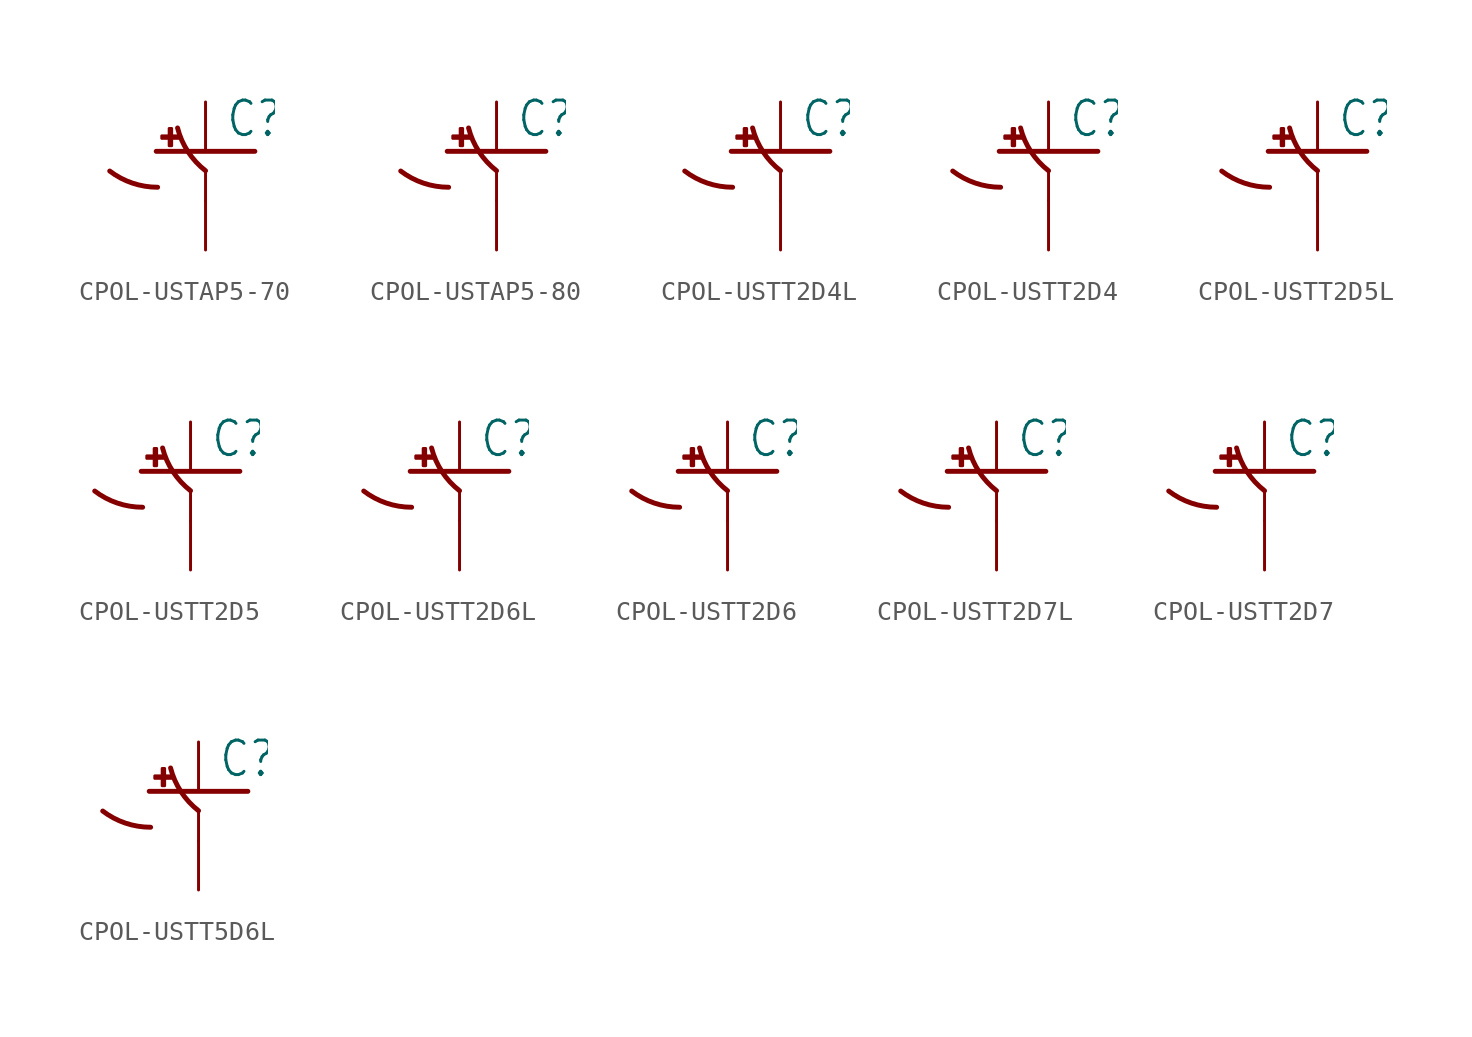
<source format=kicad_sym>
(kicad_symbol_lib
  (version 20241209)
  (generator "kicad_symbol_editor")
  (generator_version "9.0")
  (symbol "CPOL-USTAP5-70"
    (property "Reference" "C"
      (at 1.016 0.635 0)
      (effects (font (size 1.778 1.511)) (justify left bottom)))
    (property "Value" ""
      (at 1.016 -4.191 0)
      (effects (font (size 1.778 1.511)) (justify left bottom)))
    (property "ki_locked" ""
      (at 0 0 0)
      (effects (font (size 1.27 1.27))))
    (symbol "CPOL-USTAP5-70_1_0"
      (polyline (pts (xy -2.54 0) (xy 2.54 0)) (stroke (width 0.254) (type solid)) (fill (type none)))
      (arc (start -2.4669 -1.8504) (mid -3.7689 -1.6361) (end -4.9337 -1.0159) (stroke (width 0.254) (type solid)) (fill (type none)))
      (rectangle (start -2.253 0.668) (end -1.364 0.795) (stroke (width 0) (type default)) (fill (type outline)))
      (rectangle (start -1.872 0.287) (end -1.745 1.176) (stroke (width 0) (type default)) (fill (type outline)))
      (polyline (pts (xy 0 -1.016) (xy 0 -2.54)) (stroke (width 0.152) (type solid)) (fill (type none)))
      (arc (start 0 -1) (mid -0.9038 -0.0189) (end -1.4403 1.2025) (stroke (width 0.254) (type solid)) (fill (type none)))
      (pin passive line (at 0 2.54 270) (length 2.54) (name "+" (effects (font (size 0 0)))) (number "+" (effects (font (size 0 0)))))
      (pin passive line (at 0 -5.08 90) (length 2.54) (name "-" (effects (font (size 0 0)))) (number "-" (effects (font (size 0 0)))))))
  (symbol "CPOL-USTAP5-80"
    (property "Reference" "C"
      (at 1.016 0.635 0)
      (effects (font (size 1.778 1.511)) (justify left bottom)))
    (property "Value" ""
      (at 1.016 -4.191 0)
      (effects (font (size 1.778 1.511)) (justify left bottom)))
    (property "ki_locked" ""
      (at 0 0 0)
      (effects (font (size 1.27 1.27))))
    (symbol "CPOL-USTAP5-80_1_0"
      (polyline (pts (xy -2.54 0) (xy 2.54 0)) (stroke (width 0.254) (type solid)) (fill (type none)))
      (arc (start -2.4669 -1.8504) (mid -3.7689 -1.6361) (end -4.9337 -1.0159) (stroke (width 0.254) (type solid)) (fill (type none)))
      (rectangle (start -2.253 0.668) (end -1.364 0.795) (stroke (width 0) (type default)) (fill (type outline)))
      (rectangle (start -1.872 0.287) (end -1.745 1.176) (stroke (width 0) (type default)) (fill (type outline)))
      (polyline (pts (xy 0 -1.016) (xy 0 -2.54)) (stroke (width 0.152) (type solid)) (fill (type none)))
      (arc (start 0 -1) (mid -0.9038 -0.0189) (end -1.4403 1.2025) (stroke (width 0.254) (type solid)) (fill (type none)))
      (pin passive line (at 0 2.54 270) (length 2.54) (name "+" (effects (font (size 0 0)))) (number "+" (effects (font (size 0 0)))))
      (pin passive line (at 0 -5.08 90) (length 2.54) (name "-" (effects (font (size 0 0)))) (number "-" (effects (font (size 0 0)))))))
  (symbol "CPOL-USTT2D4L"
    (property "Reference" "C"
      (at 1.016 0.635 0)
      (effects (font (size 1.778 1.511)) (justify left bottom)))
    (property "Value" ""
      (at 1.016 -4.191 0)
      (effects (font (size 1.778 1.511)) (justify left bottom)))
    (property "ki_locked" ""
      (at 0 0 0)
      (effects (font (size 1.27 1.27))))
    (symbol "CPOL-USTT2D4L_1_0"
      (polyline (pts (xy -2.54 0) (xy 2.54 0)) (stroke (width 0.254) (type solid)) (fill (type none)))
      (arc (start -2.4669 -1.8504) (mid -3.7689 -1.6361) (end -4.9337 -1.0159) (stroke (width 0.254) (type solid)) (fill (type none)))
      (rectangle (start -2.253 0.668) (end -1.364 0.795) (stroke (width 0) (type default)) (fill (type outline)))
      (rectangle (start -1.872 0.287) (end -1.745 1.176) (stroke (width 0) (type default)) (fill (type outline)))
      (polyline (pts (xy 0 -1.016) (xy 0 -2.54)) (stroke (width 0.152) (type solid)) (fill (type none)))
      (arc (start 0 -1) (mid -0.9038 -0.0189) (end -1.4403 1.2025) (stroke (width 0.254) (type solid)) (fill (type none)))
      (pin passive line (at 0 2.54 270) (length 2.54) (name "+" (effects (font (size 0 0)))) (number "+" (effects (font (size 0 0)))))
      (pin passive line (at 0 -5.08 90) (length 2.54) (name "-" (effects (font (size 0 0)))) (number "-" (effects (font (size 0 0)))))))
  (symbol "CPOL-USTT2D4"
    (property "Reference" "C"
      (at 1.016 0.635 0)
      (effects (font (size 1.778 1.511)) (justify left bottom)))
    (property "Value" ""
      (at 1.016 -4.191 0)
      (effects (font (size 1.778 1.511)) (justify left bottom)))
    (property "ki_locked" ""
      (at 0 0 0)
      (effects (font (size 1.27 1.27))))
    (symbol "CPOL-USTT2D4_1_0"
      (polyline (pts (xy -2.54 0) (xy 2.54 0)) (stroke (width 0.254) (type solid)) (fill (type none)))
      (arc (start -2.4669 -1.8504) (mid -3.7689 -1.6361) (end -4.9337 -1.0159) (stroke (width 0.254) (type solid)) (fill (type none)))
      (rectangle (start -2.253 0.668) (end -1.364 0.795) (stroke (width 0) (type default)) (fill (type outline)))
      (rectangle (start -1.872 0.287) (end -1.745 1.176) (stroke (width 0) (type default)) (fill (type outline)))
      (polyline (pts (xy 0 -1.016) (xy 0 -2.54)) (stroke (width 0.152) (type solid)) (fill (type none)))
      (arc (start 0 -1) (mid -0.9038 -0.0189) (end -1.4403 1.2025) (stroke (width 0.254) (type solid)) (fill (type none)))
      (pin passive line (at 0 2.54 270) (length 2.54) (name "+" (effects (font (size 0 0)))) (number "+" (effects (font (size 0 0)))))
      (pin passive line (at 0 -5.08 90) (length 2.54) (name "-" (effects (font (size 0 0)))) (number "-" (effects (font (size 0 0)))))))
  (symbol "CPOL-USTT2D5L"
    (property "Reference" "C"
      (at 1.016 0.635 0)
      (effects (font (size 1.778 1.511)) (justify left bottom)))
    (property "Value" ""
      (at 1.016 -4.191 0)
      (effects (font (size 1.778 1.511)) (justify left bottom)))
    (property "ki_locked" ""
      (at 0 0 0)
      (effects (font (size 1.27 1.27))))
    (symbol "CPOL-USTT2D5L_1_0"
      (polyline (pts (xy -2.54 0) (xy 2.54 0)) (stroke (width 0.254) (type solid)) (fill (type none)))
      (arc (start -2.4669 -1.8504) (mid -3.7689 -1.6361) (end -4.9337 -1.0159) (stroke (width 0.254) (type solid)) (fill (type none)))
      (rectangle (start -2.253 0.668) (end -1.364 0.795) (stroke (width 0) (type default)) (fill (type outline)))
      (rectangle (start -1.872 0.287) (end -1.745 1.176) (stroke (width 0) (type default)) (fill (type outline)))
      (polyline (pts (xy 0 -1.016) (xy 0 -2.54)) (stroke (width 0.152) (type solid)) (fill (type none)))
      (arc (start 0 -1) (mid -0.9038 -0.0189) (end -1.4403 1.2025) (stroke (width 0.254) (type solid)) (fill (type none)))
      (pin passive line (at 0 2.54 270) (length 2.54) (name "+" (effects (font (size 0 0)))) (number "+" (effects (font (size 0 0)))))
      (pin passive line (at 0 -5.08 90) (length 2.54) (name "-" (effects (font (size 0 0)))) (number "-" (effects (font (size 0 0)))))))
  (symbol "CPOL-USTT2D5"
    (property "Reference" "C"
      (at 1.016 0.635 0)
      (effects (font (size 1.778 1.511)) (justify left bottom)))
    (property "Value" ""
      (at 1.016 -4.191 0)
      (effects (font (size 1.778 1.511)) (justify left bottom)))
    (property "ki_locked" ""
      (at 0 0 0)
      (effects (font (size 1.27 1.27))))
    (symbol "CPOL-USTT2D5_1_0"
      (polyline (pts (xy -2.54 0) (xy 2.54 0)) (stroke (width 0.254) (type solid)) (fill (type none)))
      (arc (start -2.4669 -1.8504) (mid -3.7689 -1.6361) (end -4.9337 -1.0159) (stroke (width 0.254) (type solid)) (fill (type none)))
      (rectangle (start -2.253 0.668) (end -1.364 0.795) (stroke (width 0) (type default)) (fill (type outline)))
      (rectangle (start -1.872 0.287) (end -1.745 1.176) (stroke (width 0) (type default)) (fill (type outline)))
      (polyline (pts (xy 0 -1.016) (xy 0 -2.54)) (stroke (width 0.152) (type solid)) (fill (type none)))
      (arc (start 0 -1) (mid -0.9038 -0.0189) (end -1.4403 1.2025) (stroke (width 0.254) (type solid)) (fill (type none)))
      (pin passive line (at 0 2.54 270) (length 2.54) (name "+" (effects (font (size 0 0)))) (number "+" (effects (font (size 0 0)))))
      (pin passive line (at 0 -5.08 90) (length 2.54) (name "-" (effects (font (size 0 0)))) (number "-" (effects (font (size 0 0)))))))
  (symbol "CPOL-USTT2D6L"
    (property "Reference" "C"
      (at 1.016 0.635 0)
      (effects (font (size 1.778 1.511)) (justify left bottom)))
    (property "Value" ""
      (at 1.016 -4.191 0)
      (effects (font (size 1.778 1.511)) (justify left bottom)))
    (property "ki_locked" ""
      (at 0 0 0)
      (effects (font (size 1.27 1.27))))
    (symbol "CPOL-USTT2D6L_1_0"
      (polyline (pts (xy -2.54 0) (xy 2.54 0)) (stroke (width 0.254) (type solid)) (fill (type none)))
      (arc (start -2.4669 -1.8504) (mid -3.7689 -1.6361) (end -4.9337 -1.0159) (stroke (width 0.254) (type solid)) (fill (type none)))
      (rectangle (start -2.253 0.668) (end -1.364 0.795) (stroke (width 0) (type default)) (fill (type outline)))
      (rectangle (start -1.872 0.287) (end -1.745 1.176) (stroke (width 0) (type default)) (fill (type outline)))
      (polyline (pts (xy 0 -1.016) (xy 0 -2.54)) (stroke (width 0.152) (type solid)) (fill (type none)))
      (arc (start 0 -1) (mid -0.9038 -0.0189) (end -1.4403 1.2025) (stroke (width 0.254) (type solid)) (fill (type none)))
      (pin passive line (at 0 2.54 270) (length 2.54) (name "+" (effects (font (size 0 0)))) (number "+" (effects (font (size 0 0)))))
      (pin passive line (at 0 -5.08 90) (length 2.54) (name "-" (effects (font (size 0 0)))) (number "-" (effects (font (size 0 0)))))))
  (symbol "CPOL-USTT2D6"
    (property "Reference" "C"
      (at 1.016 0.635 0)
      (effects (font (size 1.778 1.511)) (justify left bottom)))
    (property "Value" ""
      (at 1.016 -4.191 0)
      (effects (font (size 1.778 1.511)) (justify left bottom)))
    (property "ki_locked" ""
      (at 0 0 0)
      (effects (font (size 1.27 1.27))))
    (symbol "CPOL-USTT2D6_1_0"
      (polyline (pts (xy -2.54 0) (xy 2.54 0)) (stroke (width 0.254) (type solid)) (fill (type none)))
      (arc (start -2.4669 -1.8504) (mid -3.7689 -1.6361) (end -4.9337 -1.0159) (stroke (width 0.254) (type solid)) (fill (type none)))
      (rectangle (start -2.253 0.668) (end -1.364 0.795) (stroke (width 0) (type default)) (fill (type outline)))
      (rectangle (start -1.872 0.287) (end -1.745 1.176) (stroke (width 0) (type default)) (fill (type outline)))
      (polyline (pts (xy 0 -1.016) (xy 0 -2.54)) (stroke (width 0.152) (type solid)) (fill (type none)))
      (arc (start 0 -1) (mid -0.9038 -0.0189) (end -1.4403 1.2025) (stroke (width 0.254) (type solid)) (fill (type none)))
      (pin passive line (at 0 2.54 270) (length 2.54) (name "+" (effects (font (size 0 0)))) (number "+" (effects (font (size 0 0)))))
      (pin passive line (at 0 -5.08 90) (length 2.54) (name "-" (effects (font (size 0 0)))) (number "-" (effects (font (size 0 0)))))))
  (symbol "CPOL-USTT2D7L"
    (property "Reference" "C"
      (at 1.016 0.635 0)
      (effects (font (size 1.778 1.511)) (justify left bottom)))
    (property "Value" ""
      (at 1.016 -4.191 0)
      (effects (font (size 1.778 1.511)) (justify left bottom)))
    (property "ki_locked" ""
      (at 0 0 0)
      (effects (font (size 1.27 1.27))))
    (symbol "CPOL-USTT2D7L_1_0"
      (polyline (pts (xy -2.54 0) (xy 2.54 0)) (stroke (width 0.254) (type solid)) (fill (type none)))
      (arc (start -2.4669 -1.8504) (mid -3.7689 -1.6361) (end -4.9337 -1.0159) (stroke (width 0.254) (type solid)) (fill (type none)))
      (rectangle (start -2.253 0.668) (end -1.364 0.795) (stroke (width 0) (type default)) (fill (type outline)))
      (rectangle (start -1.872 0.287) (end -1.745 1.176) (stroke (width 0) (type default)) (fill (type outline)))
      (polyline (pts (xy 0 -1.016) (xy 0 -2.54)) (stroke (width 0.152) (type solid)) (fill (type none)))
      (arc (start 0 -1) (mid -0.9038 -0.0189) (end -1.4403 1.2025) (stroke (width 0.254) (type solid)) (fill (type none)))
      (pin passive line (at 0 2.54 270) (length 2.54) (name "+" (effects (font (size 0 0)))) (number "+" (effects (font (size 0 0)))))
      (pin passive line (at 0 -5.08 90) (length 2.54) (name "-" (effects (font (size 0 0)))) (number "-" (effects (font (size 0 0)))))))
  (symbol "CPOL-USTT2D7"
    (property "Reference" "C"
      (at 1.016 0.635 0)
      (effects (font (size 1.778 1.511)) (justify left bottom)))
    (property "Value" ""
      (at 1.016 -4.191 0)
      (effects (font (size 1.778 1.511)) (justify left bottom)))
    (property "ki_locked" ""
      (at 0 0 0)
      (effects (font (size 1.27 1.27))))
    (symbol "CPOL-USTT2D7_1_0"
      (polyline (pts (xy -2.54 0) (xy 2.54 0)) (stroke (width 0.254) (type solid)) (fill (type none)))
      (arc (start -2.4669 -1.8504) (mid -3.7689 -1.6361) (end -4.9337 -1.0159) (stroke (width 0.254) (type solid)) (fill (type none)))
      (rectangle (start -2.253 0.668) (end -1.364 0.795) (stroke (width 0) (type default)) (fill (type outline)))
      (rectangle (start -1.872 0.287) (end -1.745 1.176) (stroke (width 0) (type default)) (fill (type outline)))
      (polyline (pts (xy 0 -1.016) (xy 0 -2.54)) (stroke (width 0.152) (type solid)) (fill (type none)))
      (arc (start 0 -1) (mid -0.9038 -0.0189) (end -1.4403 1.2025) (stroke (width 0.254) (type solid)) (fill (type none)))
      (pin passive line (at 0 2.54 270) (length 2.54) (name "+" (effects (font (size 0 0)))) (number "+" (effects (font (size 0 0)))))
      (pin passive line (at 0 -5.08 90) (length 2.54) (name "-" (effects (font (size 0 0)))) (number "-" (effects (font (size 0 0)))))))
  (symbol "CPOL-USTT5D6L"
    (property "Reference" "C"
      (at 1.016 0.635 0)
      (effects (font (size 1.778 1.511)) (justify left bottom)))
    (property "Value" ""
      (at 1.016 -4.191 0)
      (effects (font (size 1.778 1.511)) (justify left bottom)))
    (property "ki_locked" ""
      (at 0 0 0)
      (effects (font (size 1.27 1.27))))
    (symbol "CPOL-USTT5D6L_1_0"
      (polyline (pts (xy -2.54 0) (xy 2.54 0)) (stroke (width 0.254) (type solid)) (fill (type none)))
      (arc (start -2.4669 -1.8504) (mid -3.7689 -1.6361) (end -4.9337 -1.0159) (stroke (width 0.254) (type solid)) (fill (type none)))
      (rectangle (start -2.253 0.668) (end -1.364 0.795) (stroke (width 0) (type default)) (fill (type outline)))
      (rectangle (start -1.872 0.287) (end -1.745 1.176) (stroke (width 0) (type default)) (fill (type outline)))
      (polyline (pts (xy 0 -1.016) (xy 0 -2.54)) (stroke (width 0.152) (type solid)) (fill (type none)))
      (arc (start 0 -1) (mid -0.9038 -0.0189) (end -1.4403 1.2025) (stroke (width 0.254) (type solid)) (fill (type none)))
      (pin passive line (at 0 2.54 270) (length 2.54) (name "+" (effects (font (size 0 0)))) (number "+" (effects (font (size 0 0)))))
      (pin passive line (at 0 -5.08 90) (length 2.54) (name "-" (effects (font (size 0 0)))) (number "-" (effects (font (size 0 0))))))))
</source>
